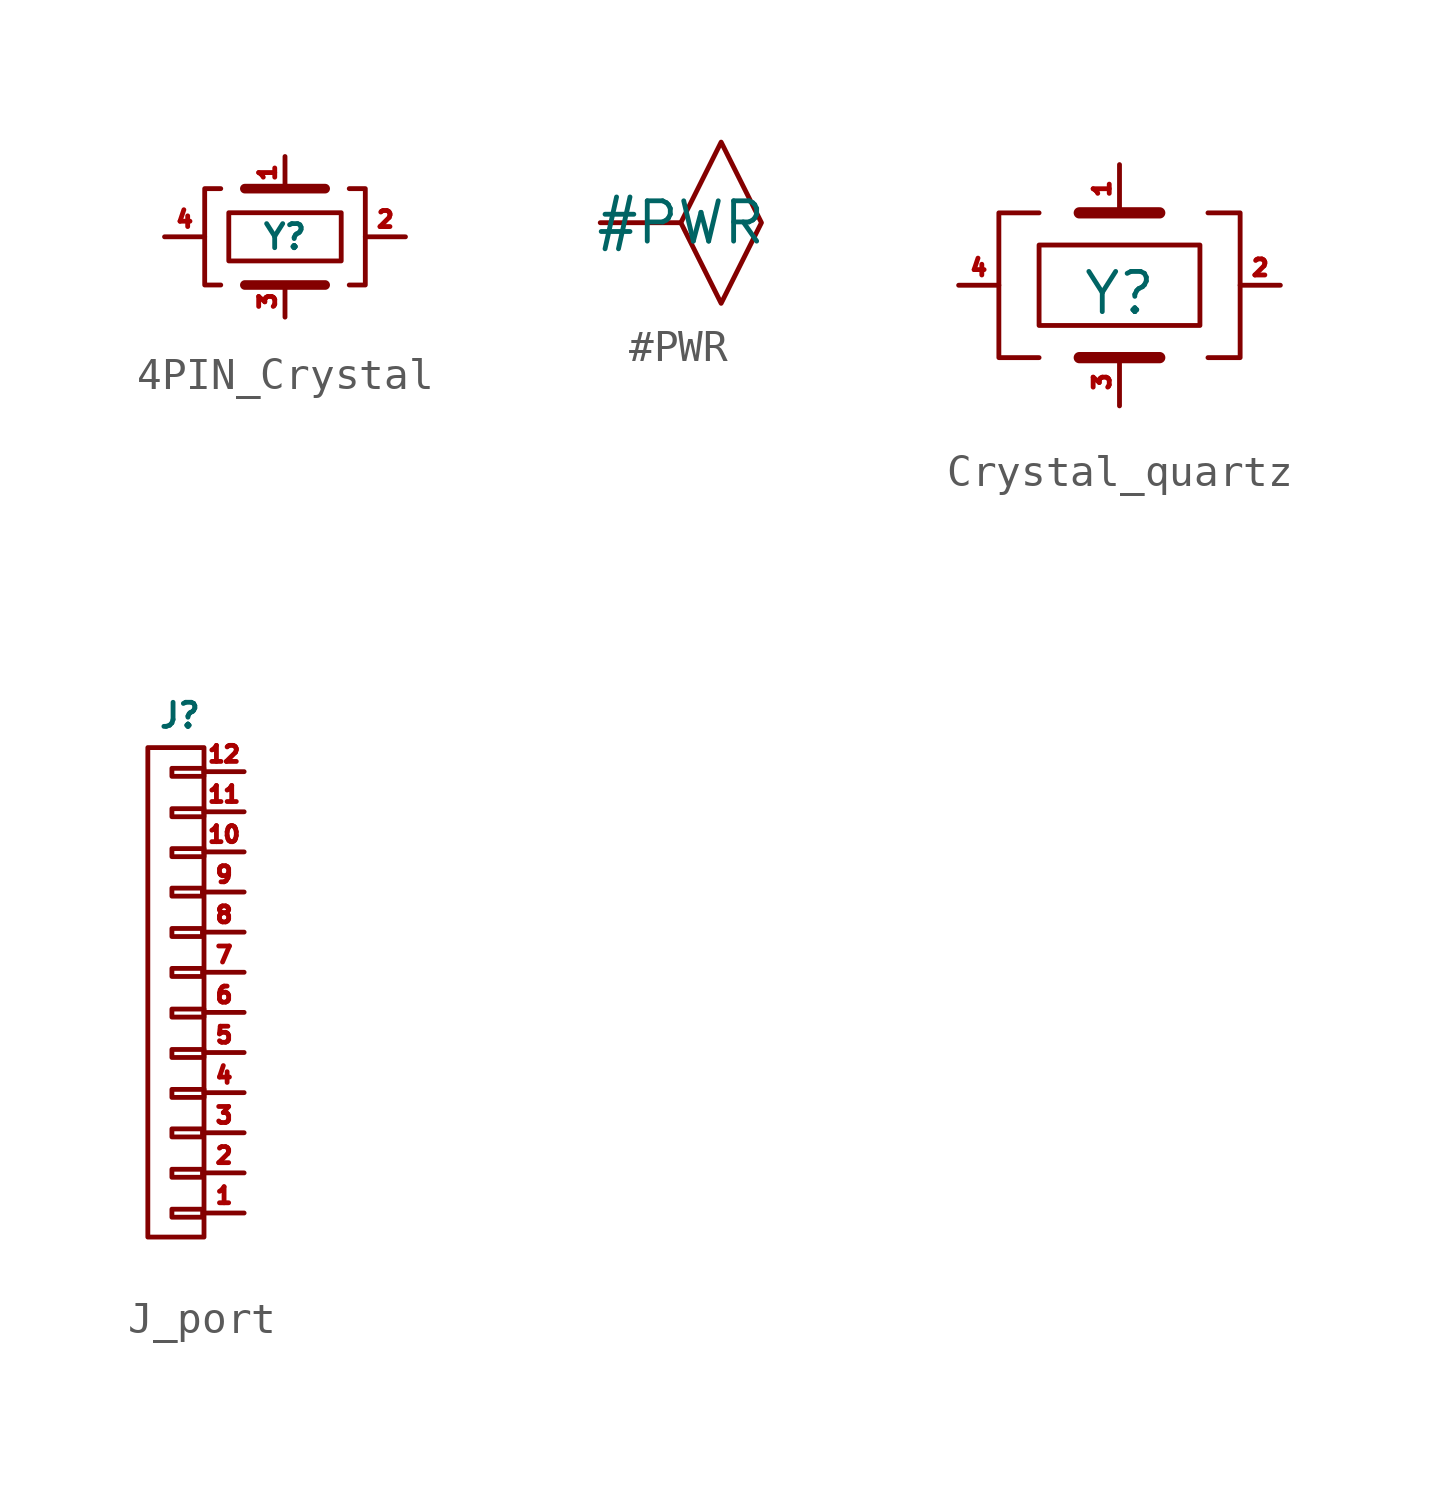
<source format=kicad_sym>
(kicad_symbol_lib
  (version 20241209)
  (generator "kicad_symbol_editor")
  (generator_version "9.0")
  (symbol "4PIN_Crystal"
    (property "Reference" "Y"
      (at 0 0 0)
      (effects (font (size 0.762 0.762))))
    (property "Value" ""
      (at 0 0 0)
      (effects (font (size 1.27 1.27))))
    (symbol "4PIN_Crystal_0_1"
      (polyline (pts (xy -2.032 1.524) (xy -2.54 1.524) (xy -2.54 -1.524) (xy -2.032 -1.524)) (stroke (width 0) (type default)) (fill (type none)))
      (rectangle (start -1.778 0.762) (end 1.778 -0.762) (stroke (width 0) (type default)) (fill (type none))))
    (symbol "4PIN_Crystal_1_1"
      (polyline (pts (xy -1.27 1.524) (xy 1.27 1.524)) (stroke (width 0.305) (type solid)) (fill (type none)))
      (polyline (pts (xy -1.27 -1.524) (xy 1.27 -1.524)) (stroke (width 0.305) (type solid)) (fill (type none)))
      (polyline (pts (xy 2.032 1.524) (xy 2.54 1.524) (xy 2.54 -1.524) (xy 2.032 -1.524)) (stroke (width 0) (type default)) (fill (type none)))
      (pin passive line (at -3.81 0 0) (length 1.27) (name "" (effects (font (size 0.635 0.635)))) (number "4" (effects (font (size 0.508 0.508)))))
      (pin passive line (at 0 2.54 270) (length 1.016) (name "" (effects (font (size 0.635 0.635)))) (number "1" (effects (font (size 0.508 0.508)))))
      (pin passive line (at 0 -2.54 90) (length 1.016) (name "" (effects (font (size 0.635 0.635)))) (number "3" (effects (font (size 0.508 0.508)))))
      (pin passive line (at 3.81 0 180) (length 1.27) (name "" (effects (font (size 0.635 0.635)))) (number "2" (effects (font (size 0.508 0.508)))))))
  (symbol "#PWR"
    (power)
    (property "Reference" "#PWR"
      (at 0 0 0)
      (effects (font (size 1.27 1.27)) (hide yes)))
    (property "Value" "#PWR"
      (at 0 0 0)
      (effects (font (size 1.27 1.27))))
    (symbol "#PWR_0_1"
      (polyline (pts (xy 0 0) (xy 1.27 2.54) (xy 2.54 0) (xy 1.27 -2.54) (xy 0 0)) (stroke (width 0) (type default)) (fill (type none))))
    (symbol "#PWR_1_1"
      (pin power_out line (at -2.54 0 0) (length 2.54) (name "" (effects (font (size 1.27 1.27)))) (number "" (effects (font (size 1.27 1.27)))))))
  (symbol "Crystal_quartz"
    (property "Reference" "Y"
      (at 0 -0.254 0)
      (effects (font (size 1.27 1.27))))
    (property "Value" ""
      (at 0 0 0)
      (effects (font (size 1.27 1.27))))
    (symbol "Crystal_quartz_0_1"
      (rectangle (start -2.54 1.27) (end 2.54 -1.27) (stroke (width 0) (type default)) (fill (type none))))
    (symbol "Crystal_quartz_1_1"
      (polyline (pts (xy -2.54 2.286) (xy -3.81 2.286) (xy -3.81 -2.286) (xy -2.54 -2.286)) (stroke (width 0) (type default)) (fill (type none)))
      (polyline (pts (xy 1.27 2.286) (xy -1.27 2.286)) (stroke (width 0.356) (type solid)) (fill (type none)))
      (polyline (pts (xy 1.27 -2.286) (xy -1.27 -2.286)) (stroke (width 0.356) (type solid)) (fill (type none)))
      (polyline (pts (xy 2.794 2.286) (xy 3.81 2.286) (xy 3.81 -2.286) (xy 2.794 -2.286)) (stroke (width 0) (type default)) (fill (type none)))
      (pin power_in line (at -5.08 0 0) (length 1.27) (name "" (effects (font (size 0.635 0.635)))) (number "4" (effects (font (size 0.508 0.508)))))
      (pin bidirectional line (at 0 3.81 270) (length 1.524) (name "" (effects (font (size 0.635 0.635)))) (number "1" (effects (font (size 0.508 0.508)))))
      (pin bidirectional line (at 0 -3.81 90) (length 1.524) (name "" (effects (font (size 0.635 0.635)))) (number "3" (effects (font (size 0.508 0.508)))))
      (pin power_in line (at 5.08 0 180) (length 1.27) (name "" (effects (font (size 0.635 0.635)))) (number "2" (effects (font (size 0.508 0.508)))))))
  (symbol "J_port"
    (property "Reference" "J"
      (at 0.508 4.318 0)
      (effects (font (size 0.762 0.762))))
    (symbol "J_port_0_1"
      (rectangle (start -0.508 3.302) (end 1.27 -12.192) (stroke (width 0) (type default)) (fill (type none)))
      (rectangle (start 0.254 2.646) (end 1.266 2.392) (stroke (width 0) (type default)) (fill (type none)))
      (rectangle (start 0.254 1.368) (end 1.267 1.114) (stroke (width 0) (type default)) (fill (type none)))
      (rectangle (start 0.254 0.104) (end 1.27 -0.15) (stroke (width 0) (type default)) (fill (type none)))
      (rectangle (start 0.254 -1.146) (end 1.22 -1.4) (stroke (width 0) (type default)) (fill (type none)))
      (rectangle (start 0.254 -2.424) (end 1.221 -2.678) (stroke (width 0) (type default)) (fill (type none)))
      (rectangle (start 0.254 -3.688) (end 1.224 -3.942) (stroke (width 0) (type default)) (fill (type none)))
      (rectangle (start 0.254 -4.975) (end 1.268 -5.229) (stroke (width 0) (type default)) (fill (type none)))
      (rectangle (start 0.254 -6.253) (end 1.268 -6.507) (stroke (width 0) (type default)) (fill (type none)))
      (rectangle (start 0.254 -7.517) (end 1.272 -7.771) (stroke (width 0) (type default)) (fill (type none)))
      (rectangle (start 0.254 -8.767) (end 1.222 -9.021) (stroke (width 0) (type default)) (fill (type none)))
      (rectangle (start 0.254 -10.045) (end 1.222 -10.299) (stroke (width 0) (type default)) (fill (type none)))
      (rectangle (start 0.254 -11.309) (end 1.226 -11.563) (stroke (width 0) (type default)) (fill (type none))))
    (symbol "J_port_1_1"
      (pin passive line (at 2.54 2.54 180) (length 1.27) (name "" (effects (font (size 0.635 0.635)))) (number "12" (effects (font (size 0.508 0.508)))))
      (pin passive line (at 2.54 1.27 180) (length 1.27) (name "" (effects (font (size 0.635 0.635)))) (number "11" (effects (font (size 0.508 0.508)))))
      (pin passive line (at 2.54 0 180) (length 1.27) (name "" (effects (font (size 0.635 0.635)))) (number "10" (effects (font (size 0.508 0.508)))))
      (pin passive line (at 2.54 -1.27 180) (length 1.27) (name "" (effects (font (size 0.635 0.635)))) (number "9" (effects (font (size 0.508 0.508)))))
      (pin passive line (at 2.54 -2.54 180) (length 1.27) (name "" (effects (font (size 0.635 0.635)))) (number "8" (effects (font (size 0.508 0.508)))))
      (pin passive line (at 2.54 -3.81 180) (length 1.27) (name "" (effects (font (size 0.635 0.635)))) (number "7" (effects (font (size 0.508 0.508)))))
      (pin passive line (at 2.54 -5.08 180) (length 1.27) (name "" (effects (font (size 0.635 0.635)))) (number "6" (effects (font (size 0.508 0.508)))))
      (pin passive line (at 2.54 -6.35 180) (length 1.27) (name "" (effects (font (size 0.635 0.635)))) (number "5" (effects (font (size 0.508 0.508)))))
      (pin passive line (at 2.54 -7.62 180) (length 1.27) (name "" (effects (font (size 0.635 0.635)))) (number "4" (effects (font (size 0.508 0.508)))))
      (pin passive line (at 2.54 -8.89 180) (length 1.27) (name "" (effects (font (size 0.635 0.635)))) (number "3" (effects (font (size 0.508 0.508)))))
      (pin passive line (at 2.54 -10.16 180) (length 1.27) (name "" (effects (font (size 0.635 0.635)))) (number "2" (effects (font (size 0.508 0.508)))))
      (pin passive line (at 2.54 -11.43 180) (length 1.27) (name "" (effects (font (size 0.635 0.635)))) (number "1" (effects (font (size 0.508 0.508))))))))
</source>
